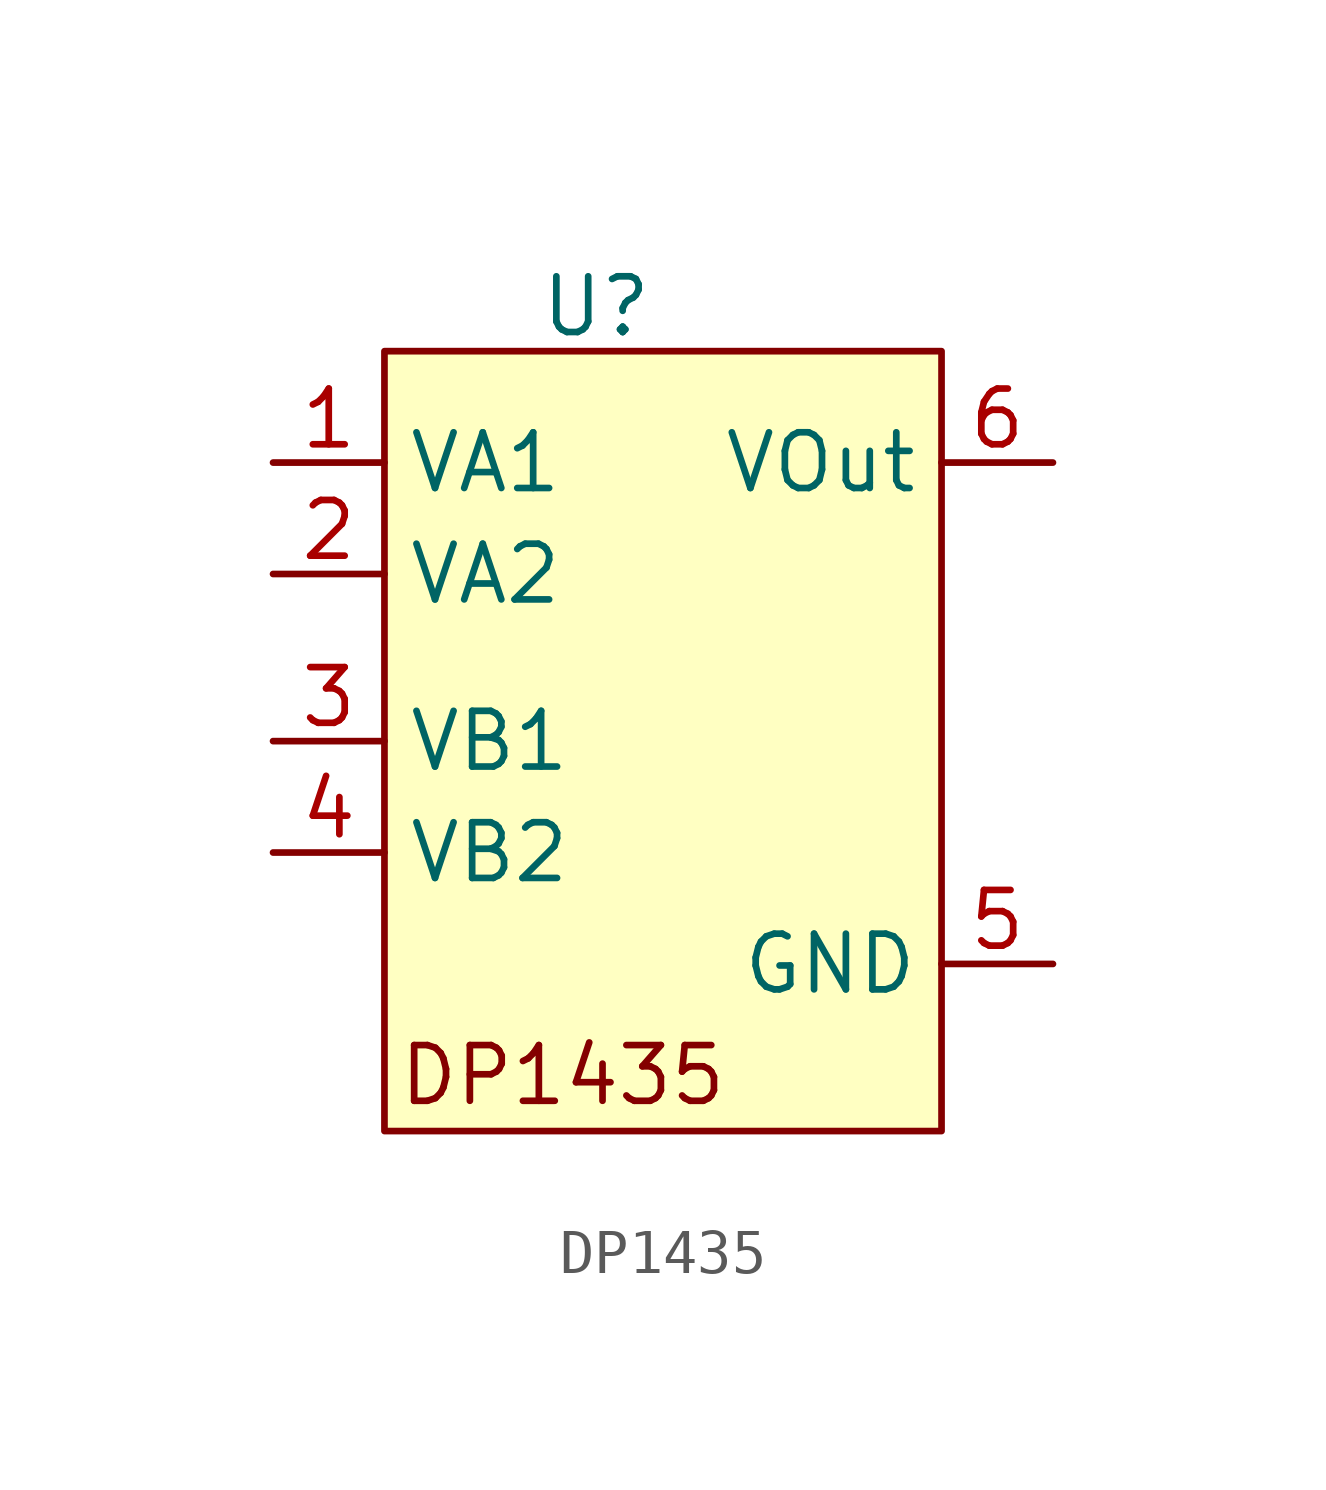
<source format=kicad_sym>
(kicad_symbol_lib
  (version 20241209)
  (generator "kicad_symbol_editor")
  (generator_version "9.0")
  (symbol "DP1435"
    (property "Reference" "U"
      (at 4.826 1.016 0)
      (effects (font (size 1.27 1.27))))
    (property "Value" ""
      (at 0 0 0)
      (effects (font (size 1.27 1.27))))
    (symbol "DP1435_1_1"
      (rectangle (start 0 0) (end 12.7 -17.78) (stroke (width 0) (type solid)) (fill (type background)))
      (text "DP1435" (at 4.064 -16.51 0) (effects (font (size 1.27 1.27))))
      (pin input line (at -2.54 -2.54 0) (length 2.54) (name "VA1" (effects (font (size 1.27 1.27)))) (number "1" (effects (font (size 1.27 1.27)))))
      (pin input line (at -2.54 -5.08 0) (length 2.54) (name "VA2" (effects (font (size 1.27 1.27)))) (number "2" (effects (font (size 1.27 1.27)))))
      (pin input line (at -2.54 -8.89 0) (length 2.54) (name "VB1" (effects (font (size 1.27 1.27)))) (number "3" (effects (font (size 1.27 1.27)))))
      (pin input line (at -2.54 -11.43 0) (length 2.54) (name "VB2" (effects (font (size 1.27 1.27)))) (number "4" (effects (font (size 1.27 1.27)))))
      (pin output line (at 15.24 -2.54 180) (length 2.54) (name "VOut" (effects (font (size 1.27 1.27)))) (number "6" (effects (font (size 1.27 1.27)))))
      (pin output line (at 15.24 -13.97 180) (length 2.54) (name "GND" (effects (font (size 1.27 1.27)))) (number "5" (effects (font (size 1.27 1.27))))))))
</source>
